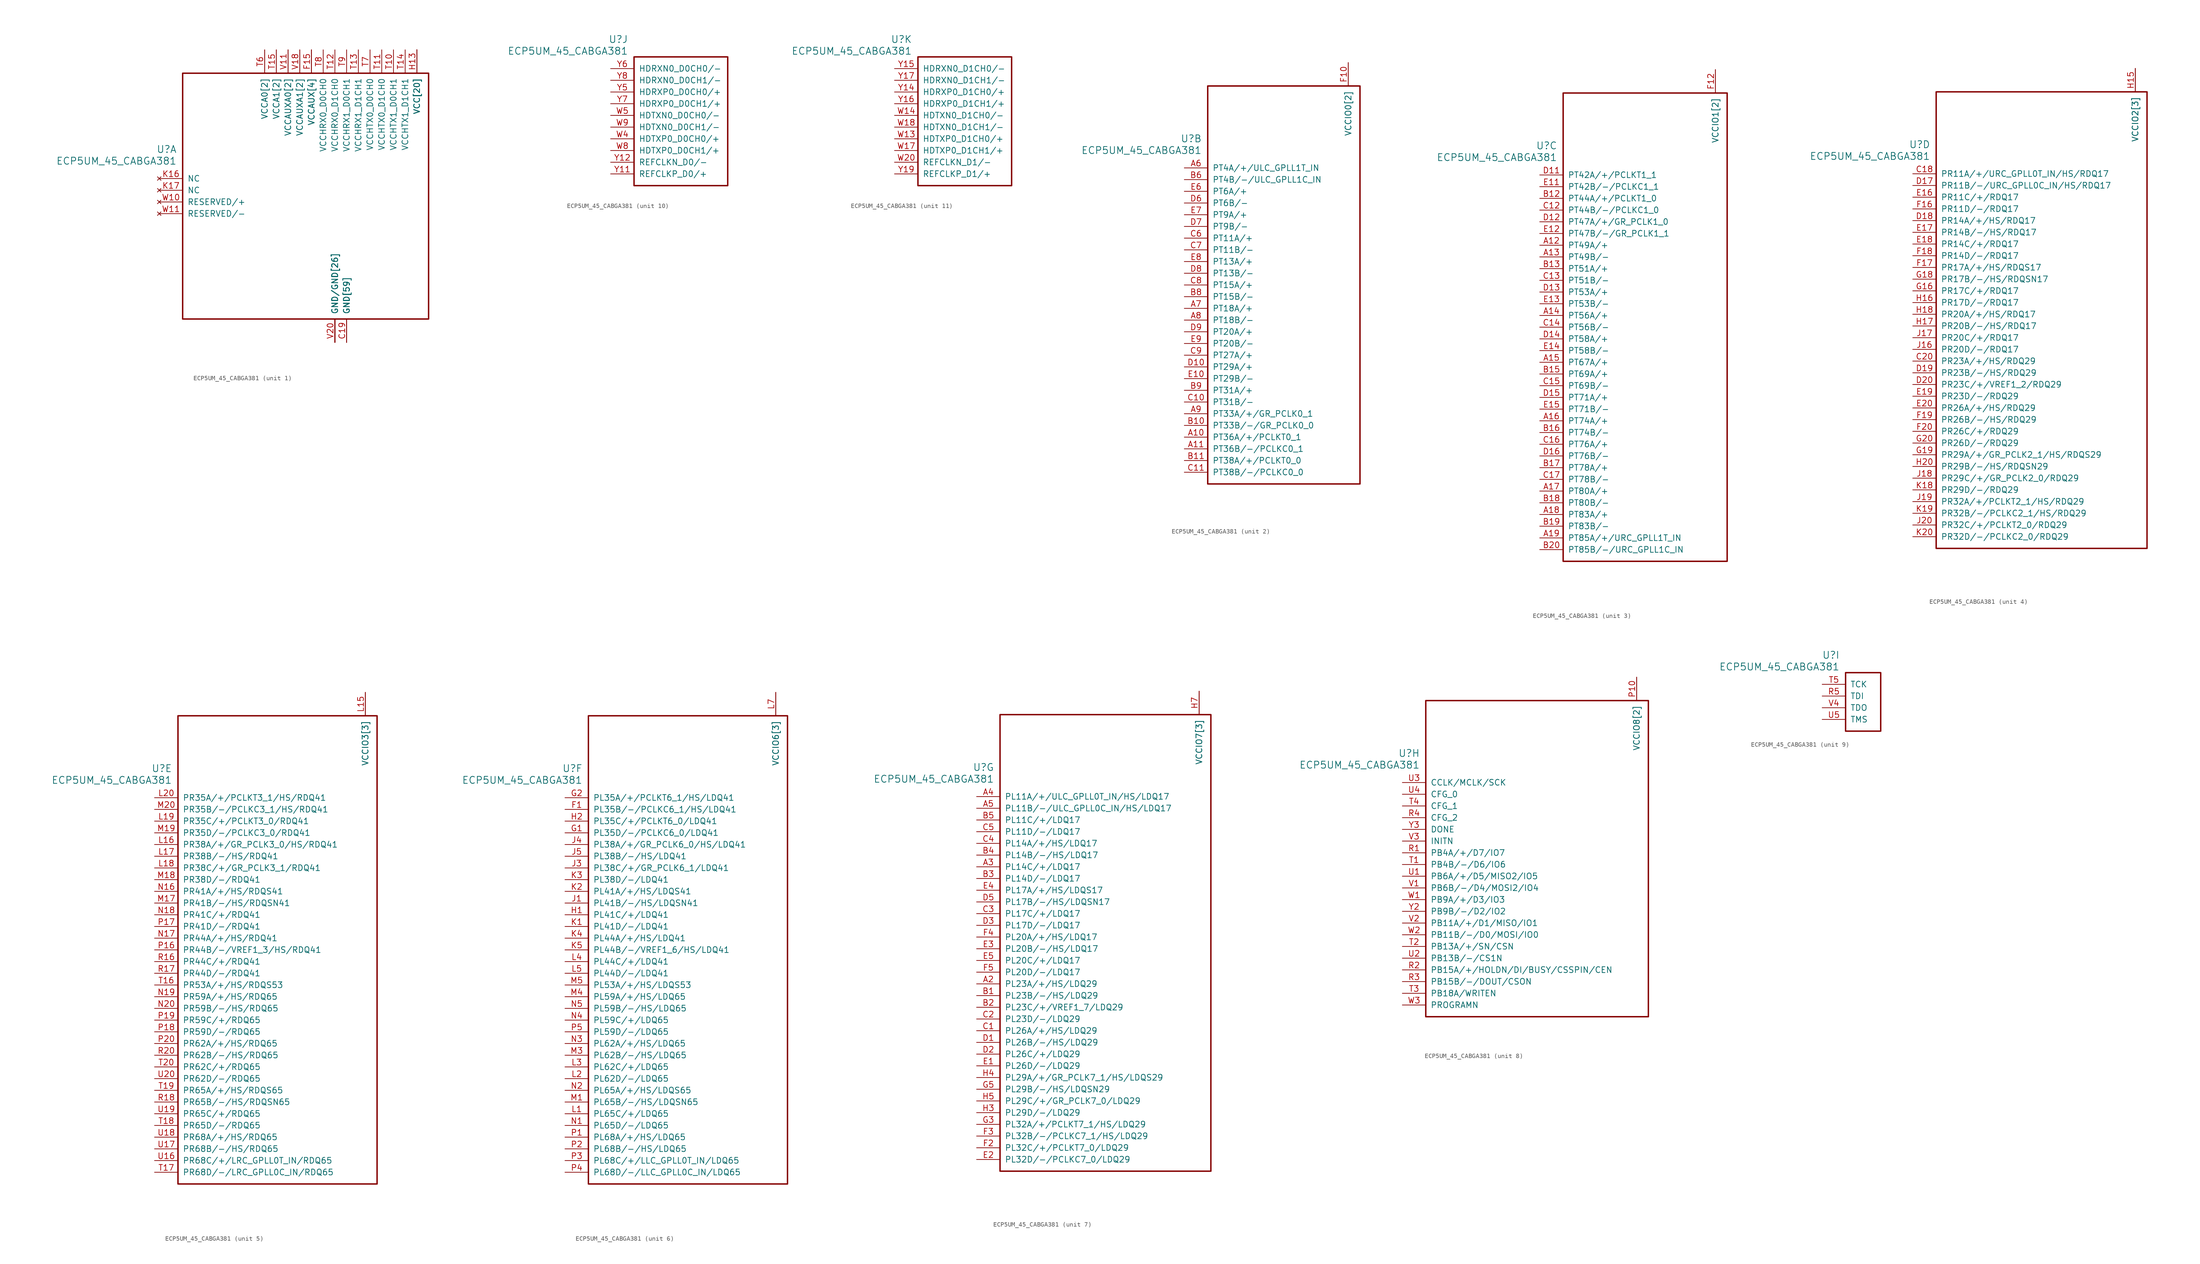
<source format=kicad_sym>
(kicad_symbol_lib
  (version 20231120)
  (generator "kicad_symbol_editor")
  (generator_version "8.0")
  (symbol "ECP5UM_45_CABGA381"
    (pin_names
      (offset 1.016))
    (property "Reference" "U"
      (at 3.81 6.35 0)
      (effects (font (size 1.524 1.524)) (justify right)))
    (property "Value" "ECP5UM_45_CABGA381"
      (at 3.81 3.81 0)
      (effects (font (size 1.524 1.524)) (justify right)))
    (property "ki_locked" ""
      (at 0 0 0)
      (effects (font (size 1.27 1.27))))
    (symbol "ECP5UM_45_CABGA381_1_1"
      (rectangle (start 5.08 22.86) (end 58.42 -30.48) (stroke (width 0.305) (type default)) (fill (type none)))
      (pin power_in line (at 40.64 -35.56 90) (length 5.08) (name "GND[59]" (effects (font (size 1.27 1.27)))) (number "B14" (effects (font (size 0 0)))))
      (pin power_in line (at 40.64 -35.56 90) (length 5.08) (name "GND[59]" (effects (font (size 1.27 1.27)))) (number "B7" (effects (font (size 0 0)))))
      (pin power_in line (at 40.64 -35.56 90) (length 5.08) (name "GND[59]" (effects (font (size 1.27 1.27)))) (number "C19" (effects (font (size 1.27 1.27)))))
      (pin power_in line (at 40.64 -35.56 90) (length 5.08) (name "GND[59]" (effects (font (size 1.27 1.27)))) (number "D4" (effects (font (size 0 0)))))
      (pin power_in line (at 40.64 -35.56 90) (length 5.08) (name "GND[59]" (effects (font (size 1.27 1.27)))) (number "F13" (effects (font (size 0 0)))))
      (pin power_in line (at 40.64 -35.56 90) (length 5.08) (name "GND[59]" (effects (font (size 1.27 1.27)))) (number "F14" (effects (font (size 0 0)))))
      (pin power_in line (at 33.02 27.94 270) (length 5.08) (name "VCCAUX[4]" (effects (font (size 1.27 1.27)))) (number "F15" (effects (font (size 1.27 1.27)))))
      (pin power_in line (at 33.02 27.94 270) (length 5.08) (name "VCCAUX[4]" (effects (font (size 1.27 1.27)))) (number "F6" (effects (font (size 0 0)))))
      (pin power_in line (at 40.64 -35.56 90) (length 5.08) (name "GND[59]" (effects (font (size 1.27 1.27)))) (number "F7" (effects (font (size 0 0)))))
      (pin power_in line (at 40.64 -35.56 90) (length 5.08) (name "GND[59]" (effects (font (size 1.27 1.27)))) (number "F8" (effects (font (size 0 0)))))
      (pin power_in line (at 40.64 -35.56 90) (length 5.08) (name "GND[59]" (effects (font (size 1.27 1.27)))) (number "G10" (effects (font (size 0 0)))))
      (pin power_in line (at 40.64 -35.56 90) (length 5.08) (name "GND[59]" (effects (font (size 1.27 1.27)))) (number "G11" (effects (font (size 0 0)))))
      (pin power_in line (at 40.64 -35.56 90) (length 5.08) (name "GND[59]" (effects (font (size 1.27 1.27)))) (number "G12" (effects (font (size 0 0)))))
      (pin power_in line (at 40.64 -35.56 90) (length 5.08) (name "GND[59]" (effects (font (size 1.27 1.27)))) (number "G13" (effects (font (size 0 0)))))
      (pin power_in line (at 40.64 -35.56 90) (length 5.08) (name "GND[59]" (effects (font (size 1.27 1.27)))) (number "G14" (effects (font (size 0 0)))))
      (pin power_in line (at 40.64 -35.56 90) (length 5.08) (name "GND[59]" (effects (font (size 1.27 1.27)))) (number "G15" (effects (font (size 0 0)))))
      (pin power_in line (at 40.64 -35.56 90) (length 5.08) (name "GND[59]" (effects (font (size 1.27 1.27)))) (number "G17" (effects (font (size 0 0)))))
      (pin power_in line (at 40.64 -35.56 90) (length 5.08) (name "GND[59]" (effects (font (size 1.27 1.27)))) (number "G4" (effects (font (size 0 0)))))
      (pin power_in line (at 40.64 -35.56 90) (length 5.08) (name "GND[59]" (effects (font (size 1.27 1.27)))) (number "G6" (effects (font (size 0 0)))))
      (pin power_in line (at 40.64 -35.56 90) (length 5.08) (name "GND[59]" (effects (font (size 1.27 1.27)))) (number "G7" (effects (font (size 0 0)))))
      (pin power_in line (at 40.64 -35.56 90) (length 5.08) (name "GND[59]" (effects (font (size 1.27 1.27)))) (number "G8" (effects (font (size 0 0)))))
      (pin power_in line (at 40.64 -35.56 90) (length 5.08) (name "GND[59]" (effects (font (size 1.27 1.27)))) (number "G9" (effects (font (size 0 0)))))
      (pin power_in line (at 55.88 27.94 270) (length 5.08) (name "VCC[20]" (effects (font (size 1.27 1.27)))) (number "H10" (effects (font (size 0 0)))))
      (pin power_in line (at 55.88 27.94 270) (length 5.08) (name "VCC[20]" (effects (font (size 1.27 1.27)))) (number "H11" (effects (font (size 0 0)))))
      (pin power_in line (at 55.88 27.94 270) (length 5.08) (name "VCC[20]" (effects (font (size 1.27 1.27)))) (number "H12" (effects (font (size 0 0)))))
      (pin power_in line (at 55.88 27.94 270) (length 5.08) (name "VCC[20]" (effects (font (size 1.27 1.27)))) (number "H13" (effects (font (size 1.27 1.27)))))
      (pin power_in line (at 40.64 -35.56 90) (length 5.08) (name "GND[59]" (effects (font (size 1.27 1.27)))) (number "H19" (effects (font (size 0 0)))))
      (pin power_in line (at 55.88 27.94 270) (length 5.08) (name "VCC[20]" (effects (font (size 1.27 1.27)))) (number "H8" (effects (font (size 0 0)))))
      (pin power_in line (at 55.88 27.94 270) (length 5.08) (name "VCC[20]" (effects (font (size 1.27 1.27)))) (number "H9" (effects (font (size 0 0)))))
      (pin power_in line (at 40.64 -35.56 90) (length 5.08) (name "GND[59]" (effects (font (size 1.27 1.27)))) (number "J10" (effects (font (size 0 0)))))
      (pin power_in line (at 40.64 -35.56 90) (length 5.08) (name "GND[59]" (effects (font (size 1.27 1.27)))) (number "J11" (effects (font (size 0 0)))))
      (pin power_in line (at 40.64 -35.56 90) (length 5.08) (name "GND[59]" (effects (font (size 1.27 1.27)))) (number "J12" (effects (font (size 0 0)))))
      (pin power_in line (at 55.88 27.94 270) (length 5.08) (name "VCC[20]" (effects (font (size 1.27 1.27)))) (number "J13" (effects (font (size 0 0)))))
      (pin power_in line (at 40.64 -35.56 90) (length 5.08) (name "GND[59]" (effects (font (size 1.27 1.27)))) (number "J14" (effects (font (size 0 0)))))
      (pin power_in line (at 40.64 -35.56 90) (length 5.08) (name "GND[59]" (effects (font (size 1.27 1.27)))) (number "J2" (effects (font (size 0 0)))))
      (pin power_in line (at 40.64 -35.56 90) (length 5.08) (name "GND[59]" (effects (font (size 1.27 1.27)))) (number "J7" (effects (font (size 0 0)))))
      (pin power_in line (at 55.88 27.94 270) (length 5.08) (name "VCC[20]" (effects (font (size 1.27 1.27)))) (number "J8" (effects (font (size 0 0)))))
      (pin power_in line (at 40.64 -35.56 90) (length 5.08) (name "GND[59]" (effects (font (size 1.27 1.27)))) (number "J9" (effects (font (size 0 0)))))
      (pin power_in line (at 40.64 -35.56 90) (length 5.08) (name "GND[59]" (effects (font (size 1.27 1.27)))) (number "K10" (effects (font (size 0 0)))))
      (pin power_in line (at 40.64 -35.56 90) (length 5.08) (name "GND[59]" (effects (font (size 1.27 1.27)))) (number "K11" (effects (font (size 0 0)))))
      (pin power_in line (at 40.64 -35.56 90) (length 5.08) (name "GND[59]" (effects (font (size 1.27 1.27)))) (number "K12" (effects (font (size 0 0)))))
      (pin power_in line (at 55.88 27.94 270) (length 5.08) (name "VCC[20]" (effects (font (size 1.27 1.27)))) (number "K13" (effects (font (size 0 0)))))
      (pin power_in line (at 40.64 -35.56 90) (length 5.08) (name "GND[59]" (effects (font (size 1.27 1.27)))) (number "K14" (effects (font (size 0 0)))))
      (pin power_in line (at 40.64 -35.56 90) (length 5.08) (name "GND[59]" (effects (font (size 1.27 1.27)))) (number "K15" (effects (font (size 0 0)))))
      (pin no_connect line (at 0 0 0) (length 5.08) (name "NC" (effects (font (size 1.27 1.27)))) (number "K16" (effects (font (size 1.27 1.27)))))
      (pin no_connect line (at 0 -2.54 0) (length 5.08) (name "NC" (effects (font (size 1.27 1.27)))) (number "K17" (effects (font (size 1.27 1.27)))))
      (pin power_in line (at 40.64 -35.56 90) (length 5.08) (name "GND[59]" (effects (font (size 1.27 1.27)))) (number "K6" (effects (font (size 0 0)))))
      (pin power_in line (at 40.64 -35.56 90) (length 5.08) (name "GND[59]" (effects (font (size 1.27 1.27)))) (number "K7" (effects (font (size 0 0)))))
      (pin power_in line (at 55.88 27.94 270) (length 5.08) (name "VCC[20]" (effects (font (size 1.27 1.27)))) (number "K8" (effects (font (size 0 0)))))
      (pin power_in line (at 40.64 -35.56 90) (length 5.08) (name "GND[59]" (effects (font (size 1.27 1.27)))) (number "K9" (effects (font (size 0 0)))))
      (pin power_in line (at 40.64 -35.56 90) (length 5.08) (name "GND[59]" (effects (font (size 1.27 1.27)))) (number "L10" (effects (font (size 0 0)))))
      (pin power_in line (at 40.64 -35.56 90) (length 5.08) (name "GND[59]" (effects (font (size 1.27 1.27)))) (number "L11" (effects (font (size 0 0)))))
      (pin power_in line (at 40.64 -35.56 90) (length 5.08) (name "GND[59]" (effects (font (size 1.27 1.27)))) (number "L12" (effects (font (size 0 0)))))
      (pin power_in line (at 55.88 27.94 270) (length 5.08) (name "VCC[20]" (effects (font (size 1.27 1.27)))) (number "L13" (effects (font (size 0 0)))))
      (pin power_in line (at 55.88 27.94 270) (length 5.08) (name "VCC[20]" (effects (font (size 1.27 1.27)))) (number "L8" (effects (font (size 0 0)))))
      (pin power_in line (at 40.64 -35.56 90) (length 5.08) (name "GND[59]" (effects (font (size 1.27 1.27)))) (number "L9" (effects (font (size 0 0)))))
      (pin power_in line (at 40.64 -35.56 90) (length 5.08) (name "GND[59]" (effects (font (size 1.27 1.27)))) (number "M10" (effects (font (size 0 0)))))
      (pin power_in line (at 40.64 -35.56 90) (length 5.08) (name "GND[59]" (effects (font (size 1.27 1.27)))) (number "M11" (effects (font (size 0 0)))))
      (pin power_in line (at 40.64 -35.56 90) (length 5.08) (name "GND[59]" (effects (font (size 1.27 1.27)))) (number "M12" (effects (font (size 0 0)))))
      (pin power_in line (at 55.88 27.94 270) (length 5.08) (name "VCC[20]" (effects (font (size 1.27 1.27)))) (number "M13" (effects (font (size 0 0)))))
      (pin power_in line (at 40.64 -35.56 90) (length 5.08) (name "GND[59]" (effects (font (size 1.27 1.27)))) (number "M14" (effects (font (size 0 0)))))
      (pin power_in line (at 40.64 -35.56 90) (length 5.08) (name "GND[59]" (effects (font (size 1.27 1.27)))) (number "M16" (effects (font (size 0 0)))))
      (pin power_in line (at 40.64 -35.56 90) (length 5.08) (name "GND[59]" (effects (font (size 1.27 1.27)))) (number "M2" (effects (font (size 0 0)))))
      (pin power_in line (at 40.64 -35.56 90) (length 5.08) (name "GND[59]" (effects (font (size 1.27 1.27)))) (number "M7" (effects (font (size 0 0)))))
      (pin power_in line (at 55.88 27.94 270) (length 5.08) (name "VCC[20]" (effects (font (size 1.27 1.27)))) (number "M8" (effects (font (size 0 0)))))
      (pin power_in line (at 40.64 -35.56 90) (length 5.08) (name "GND[59]" (effects (font (size 1.27 1.27)))) (number "M9" (effects (font (size 0 0)))))
      (pin power_in line (at 55.88 27.94 270) (length 5.08) (name "VCC[20]" (effects (font (size 1.27 1.27)))) (number "N10" (effects (font (size 0 0)))))
      (pin power_in line (at 55.88 27.94 270) (length 5.08) (name "VCC[20]" (effects (font (size 1.27 1.27)))) (number "N11" (effects (font (size 0 0)))))
      (pin power_in line (at 55.88 27.94 270) (length 5.08) (name "VCC[20]" (effects (font (size 1.27 1.27)))) (number "N12" (effects (font (size 0 0)))))
      (pin power_in line (at 55.88 27.94 270) (length 5.08) (name "VCC[20]" (effects (font (size 1.27 1.27)))) (number "N13" (effects (font (size 0 0)))))
      (pin power_in line (at 40.64 -35.56 90) (length 5.08) (name "GND[59]" (effects (font (size 1.27 1.27)))) (number "N14" (effects (font (size 0 0)))))
      (pin power_in line (at 40.64 -35.56 90) (length 5.08) (name "GND[59]" (effects (font (size 1.27 1.27)))) (number "N15" (effects (font (size 0 0)))))
      (pin power_in line (at 40.64 -35.56 90) (length 5.08) (name "GND[59]" (effects (font (size 1.27 1.27)))) (number "N6" (effects (font (size 0 0)))))
      (pin power_in line (at 40.64 -35.56 90) (length 5.08) (name "GND[59]" (effects (font (size 1.27 1.27)))) (number "N7" (effects (font (size 0 0)))))
      (pin power_in line (at 55.88 27.94 270) (length 5.08) (name "VCC[20]" (effects (font (size 1.27 1.27)))) (number "N8" (effects (font (size 0 0)))))
      (pin power_in line (at 55.88 27.94 270) (length 5.08) (name "VCC[20]" (effects (font (size 1.27 1.27)))) (number "N9" (effects (font (size 0 0)))))
      (pin power_in line (at 40.64 -35.56 90) (length 5.08) (name "GND[59]" (effects (font (size 1.27 1.27)))) (number "P11" (effects (font (size 0 0)))))
      (pin power_in line (at 40.64 -35.56 90) (length 5.08) (name "GND[59]" (effects (font (size 1.27 1.27)))) (number "P12" (effects (font (size 0 0)))))
      (pin power_in line (at 40.64 -35.56 90) (length 5.08) (name "GND[59]" (effects (font (size 1.27 1.27)))) (number "P13" (effects (font (size 0 0)))))
      (pin power_in line (at 40.64 -35.56 90) (length 5.08) (name "GND[59]" (effects (font (size 1.27 1.27)))) (number "P14" (effects (font (size 0 0)))))
      (pin power_in line (at 33.02 27.94 270) (length 5.08) (name "VCCAUX[4]" (effects (font (size 1.27 1.27)))) (number "P15" (effects (font (size 0 0)))))
      (pin power_in line (at 33.02 27.94 270) (length 5.08) (name "VCCAUX[4]" (effects (font (size 1.27 1.27)))) (number "P6" (effects (font (size 0 0)))))
      (pin power_in line (at 40.64 -35.56 90) (length 5.08) (name "GND[59]" (effects (font (size 1.27 1.27)))) (number "P7" (effects (font (size 0 0)))))
      (pin power_in line (at 40.64 -35.56 90) (length 5.08) (name "GND[59]" (effects (font (size 1.27 1.27)))) (number "P8" (effects (font (size 0 0)))))
      (pin power_in line (at 40.64 -35.56 90) (length 5.08) (name "GND[59]" (effects (font (size 1.27 1.27)))) (number "R19" (effects (font (size 0 0)))))
      (pin power_in line (at 50.8 27.94 270) (length 5.08) (name "VCCHTX1_D0CH1" (effects (font (size 1.27 1.27)))) (number "T10" (effects (font (size 1.27 1.27)))))
      (pin power_in line (at 48.26 27.94 270) (length 5.08) (name "VCCHTX0_D1CH0" (effects (font (size 1.27 1.27)))) (number "T11" (effects (font (size 1.27 1.27)))))
      (pin power_in line (at 38.1 27.94 270) (length 5.08) (name "VCCHRX0_D1CH0" (effects (font (size 1.27 1.27)))) (number "T12" (effects (font (size 1.27 1.27)))))
      (pin power_in line (at 43.18 27.94 270) (length 5.08) (name "VCCHRX1_D1CH1" (effects (font (size 1.27 1.27)))) (number "T13" (effects (font (size 1.27 1.27)))))
      (pin power_in line (at 53.34 27.94 270) (length 5.08) (name "VCCHTX1_D1CH1" (effects (font (size 1.27 1.27)))) (number "T14" (effects (font (size 1.27 1.27)))))
      (pin power_in line (at 25.4 27.94 270) (length 5.08) (name "VCCA1[2]" (effects (font (size 1.27 1.27)))) (number "T15" (effects (font (size 1.27 1.27)))))
      (pin power_in line (at 22.86 27.94 270) (length 5.08) (name "VCCA0[2]" (effects (font (size 1.27 1.27)))) (number "T6" (effects (font (size 1.27 1.27)))))
      (pin power_in line (at 45.72 27.94 270) (length 5.08) (name "VCCHTX0_D0CH0" (effects (font (size 1.27 1.27)))) (number "T7" (effects (font (size 1.27 1.27)))))
      (pin power_in line (at 35.56 27.94 270) (length 5.08) (name "VCCHRX0_D0CH0" (effects (font (size 1.27 1.27)))) (number "T8" (effects (font (size 1.27 1.27)))))
      (pin power_in line (at 40.64 27.94 270) (length 5.08) (name "VCCHRX1_D0CH1" (effects (font (size 1.27 1.27)))) (number "T9" (effects (font (size 1.27 1.27)))))
      (pin power_in line (at 38.1 -35.56 90) (length 5.08) (name "GND/GND[26]" (effects (font (size 1.27 1.27)))) (number "U10" (effects (font (size 0 0)))))
      (pin power_in line (at 38.1 -35.56 90) (length 5.08) (name "GND/GND[26]" (effects (font (size 1.27 1.27)))) (number "U11" (effects (font (size 0 0)))))
      (pin power_in line (at 38.1 -35.56 90) (length 5.08) (name "GND/GND[26]" (effects (font (size 1.27 1.27)))) (number "U12" (effects (font (size 0 0)))))
      (pin power_in line (at 38.1 -35.56 90) (length 5.08) (name "GND/GND[26]" (effects (font (size 1.27 1.27)))) (number "U13" (effects (font (size 0 0)))))
      (pin power_in line (at 38.1 -35.56 90) (length 5.08) (name "GND/GND[26]" (effects (font (size 1.27 1.27)))) (number "U14" (effects (font (size 0 0)))))
      (pin power_in line (at 25.4 27.94 270) (length 5.08) (name "VCCA1[2]" (effects (font (size 1.27 1.27)))) (number "U15" (effects (font (size 0 0)))))
      (pin power_in line (at 22.86 27.94 270) (length 5.08) (name "VCCA0[2]" (effects (font (size 1.27 1.27)))) (number "U6" (effects (font (size 0 0)))))
      (pin power_in line (at 38.1 -35.56 90) (length 5.08) (name "GND/GND[26]" (effects (font (size 1.27 1.27)))) (number "U7" (effects (font (size 0 0)))))
      (pin power_in line (at 38.1 -35.56 90) (length 5.08) (name "GND/GND[26]" (effects (font (size 1.27 1.27)))) (number "U8" (effects (font (size 0 0)))))
      (pin power_in line (at 38.1 -35.56 90) (length 5.08) (name "GND/GND[26]" (effects (font (size 1.27 1.27)))) (number "U9" (effects (font (size 0 0)))))
      (pin power_in line (at 27.94 27.94 270) (length 5.08) (name "VCCAUXA0[2]" (effects (font (size 1.27 1.27)))) (number "V10" (effects (font (size 0 0)))))
      (pin power_in line (at 27.94 27.94 270) (length 5.08) (name "VCCAUXA0[2]" (effects (font (size 1.27 1.27)))) (number "V11" (effects (font (size 1.27 1.27)))))
      (pin power_in line (at 38.1 -35.56 90) (length 5.08) (name "GND/GND[26]" (effects (font (size 1.27 1.27)))) (number "V12" (effects (font (size 0 0)))))
      (pin power_in line (at 38.1 -35.56 90) (length 5.08) (name "GND/GND[26]" (effects (font (size 1.27 1.27)))) (number "V13" (effects (font (size 0 0)))))
      (pin power_in line (at 38.1 -35.56 90) (length 5.08) (name "GND/GND[26]" (effects (font (size 1.27 1.27)))) (number "V14" (effects (font (size 0 0)))))
      (pin power_in line (at 38.1 -35.56 90) (length 5.08) (name "GND/GND[26]" (effects (font (size 1.27 1.27)))) (number "V15" (effects (font (size 0 0)))))
      (pin power_in line (at 38.1 -35.56 90) (length 5.08) (name "GND/GND[26]" (effects (font (size 1.27 1.27)))) (number "V16" (effects (font (size 0 0)))))
      (pin power_in line (at 30.48 27.94 270) (length 5.08) (name "VCCAUXA1[2]" (effects (font (size 1.27 1.27)))) (number "V17" (effects (font (size 0 0)))))
      (pin power_in line (at 30.48 27.94 270) (length 5.08) (name "VCCAUXA1[2]" (effects (font (size 1.27 1.27)))) (number "V18" (effects (font (size 1.27 1.27)))))
      (pin power_in line (at 38.1 -35.56 90) (length 5.08) (name "GND/GND[26]" (effects (font (size 1.27 1.27)))) (number "V19" (effects (font (size 0 0)))))
      (pin power_in line (at 38.1 -35.56 90) (length 5.08) (name "GND/GND[26]" (effects (font (size 1.27 1.27)))) (number "V20" (effects (font (size 1.27 1.27)))))
      (pin power_in line (at 38.1 -35.56 90) (length 5.08) (name "GND/GND[26]" (effects (font (size 1.27 1.27)))) (number "V5" (effects (font (size 0 0)))))
      (pin power_in line (at 38.1 -35.56 90) (length 5.08) (name "GND/GND[26]" (effects (font (size 1.27 1.27)))) (number "V6" (effects (font (size 0 0)))))
      (pin power_in line (at 38.1 -35.56 90) (length 5.08) (name "GND/GND[26]" (effects (font (size 1.27 1.27)))) (number "V7" (effects (font (size 0 0)))))
      (pin power_in line (at 38.1 -35.56 90) (length 5.08) (name "GND/GND[26]" (effects (font (size 1.27 1.27)))) (number "V8" (effects (font (size 0 0)))))
      (pin power_in line (at 38.1 -35.56 90) (length 5.08) (name "GND/GND[26]" (effects (font (size 1.27 1.27)))) (number "V9" (effects (font (size 0 0)))))
      (pin no_connect line (at 0 -5.08 0) (length 5.08) (name "RESERVED/+" (effects (font (size 1.27 1.27)))) (number "W10" (effects (font (size 1.27 1.27)))))
      (pin no_connect line (at 0 -7.62 0) (length 5.08) (name "RESERVED/-" (effects (font (size 1.27 1.27)))) (number "W11" (effects (font (size 1.27 1.27)))))
      (pin power_in line (at 38.1 -35.56 90) (length 5.08) (name "GND/GND[26]" (effects (font (size 1.27 1.27)))) (number "W12" (effects (font (size 0 0)))))
      (pin power_in line (at 38.1 -35.56 90) (length 5.08) (name "GND/GND[26]" (effects (font (size 1.27 1.27)))) (number "W15" (effects (font (size 0 0)))))
      (pin power_in line (at 38.1 -35.56 90) (length 5.08) (name "GND/GND[26]" (effects (font (size 1.27 1.27)))) (number "W16" (effects (font (size 0 0)))))
      (pin power_in line (at 38.1 -35.56 90) (length 5.08) (name "GND/GND[26]" (effects (font (size 1.27 1.27)))) (number "W19" (effects (font (size 0 0)))))
      (pin power_in line (at 38.1 -35.56 90) (length 5.08) (name "GND/GND[26]" (effects (font (size 1.27 1.27)))) (number "W6" (effects (font (size 0 0)))))
      (pin power_in line (at 38.1 -35.56 90) (length 5.08) (name "GND/GND[26]" (effects (font (size 1.27 1.27)))) (number "W7" (effects (font (size 0 0))))))
    (symbol "ECP5UM_45_CABGA381_2_1"
      (rectangle (start 5.08 17.78) (end 38.1 -68.58) (stroke (width 0.305) (type default)) (fill (type none)))
      (pin bidirectional line (at 0 -58.42 0) (length 5.08) (name "PT36A/+/PCLKT0_1" (effects (font (size 1.27 1.27)))) (number "A10" (effects (font (size 1.27 1.27)))))
      (pin bidirectional line (at 0 -60.96 0) (length 5.08) (name "PT36B/-/PCLKC0_1" (effects (font (size 1.27 1.27)))) (number "A11" (effects (font (size 1.27 1.27)))))
      (pin bidirectional line (at 0 0 0) (length 5.08) (name "PT4A/+/ULC_GPLL1T_IN" (effects (font (size 1.27 1.27)))) (number "A6" (effects (font (size 1.27 1.27)))))
      (pin bidirectional line (at 0 -30.48 0) (length 5.08) (name "PT18A/+" (effects (font (size 1.27 1.27)))) (number "A7" (effects (font (size 1.27 1.27)))))
      (pin bidirectional line (at 0 -33.02 0) (length 5.08) (name "PT18B/-" (effects (font (size 1.27 1.27)))) (number "A8" (effects (font (size 1.27 1.27)))))
      (pin bidirectional line (at 0 -53.34 0) (length 5.08) (name "PT33A/+/GR_PCLK0_1" (effects (font (size 1.27 1.27)))) (number "A9" (effects (font (size 1.27 1.27)))))
      (pin bidirectional line (at 0 -55.88 0) (length 5.08) (name "PT33B/-/GR_PCLK0_0" (effects (font (size 1.27 1.27)))) (number "B10" (effects (font (size 1.27 1.27)))))
      (pin bidirectional line (at 0 -63.5 0) (length 5.08) (name "PT38A/+/PCLKT0_0" (effects (font (size 1.27 1.27)))) (number "B11" (effects (font (size 1.27 1.27)))))
      (pin bidirectional line (at 0 -2.54 0) (length 5.08) (name "PT4B/-/ULC_GPLL1C_IN" (effects (font (size 1.27 1.27)))) (number "B6" (effects (font (size 1.27 1.27)))))
      (pin bidirectional line (at 0 -27.94 0) (length 5.08) (name "PT15B/-" (effects (font (size 1.27 1.27)))) (number "B8" (effects (font (size 1.27 1.27)))))
      (pin bidirectional line (at 0 -48.26 0) (length 5.08) (name "PT31A/+" (effects (font (size 1.27 1.27)))) (number "B9" (effects (font (size 1.27 1.27)))))
      (pin bidirectional line (at 0 -50.8 0) (length 5.08) (name "PT31B/-" (effects (font (size 1.27 1.27)))) (number "C10" (effects (font (size 1.27 1.27)))))
      (pin bidirectional line (at 0 -66.04 0) (length 5.08) (name "PT38B/-/PCLKC0_0" (effects (font (size 1.27 1.27)))) (number "C11" (effects (font (size 1.27 1.27)))))
      (pin bidirectional line (at 0 -15.24 0) (length 5.08) (name "PT11A/+" (effects (font (size 1.27 1.27)))) (number "C6" (effects (font (size 1.27 1.27)))))
      (pin bidirectional line (at 0 -17.78 0) (length 5.08) (name "PT11B/-" (effects (font (size 1.27 1.27)))) (number "C7" (effects (font (size 1.27 1.27)))))
      (pin bidirectional line (at 0 -25.4 0) (length 5.08) (name "PT15A/+" (effects (font (size 1.27 1.27)))) (number "C8" (effects (font (size 1.27 1.27)))))
      (pin bidirectional line (at 0 -40.64 0) (length 5.08) (name "PT27A/+" (effects (font (size 1.27 1.27)))) (number "C9" (effects (font (size 1.27 1.27)))))
      (pin bidirectional line (at 0 -43.18 0) (length 5.08) (name "PT29A/+" (effects (font (size 1.27 1.27)))) (number "D10" (effects (font (size 1.27 1.27)))))
      (pin bidirectional line (at 0 -7.62 0) (length 5.08) (name "PT6B/-" (effects (font (size 1.27 1.27)))) (number "D6" (effects (font (size 1.27 1.27)))))
      (pin bidirectional line (at 0 -12.7 0) (length 5.08) (name "PT9B/-" (effects (font (size 1.27 1.27)))) (number "D7" (effects (font (size 1.27 1.27)))))
      (pin bidirectional line (at 0 -22.86 0) (length 5.08) (name "PT13B/-" (effects (font (size 1.27 1.27)))) (number "D8" (effects (font (size 1.27 1.27)))))
      (pin bidirectional line (at 0 -35.56 0) (length 5.08) (name "PT20A/+" (effects (font (size 1.27 1.27)))) (number "D9" (effects (font (size 1.27 1.27)))))
      (pin bidirectional line (at 0 -45.72 0) (length 5.08) (name "PT29B/-" (effects (font (size 1.27 1.27)))) (number "E10" (effects (font (size 1.27 1.27)))))
      (pin bidirectional line (at 0 -5.08 0) (length 5.08) (name "PT6A/+" (effects (font (size 1.27 1.27)))) (number "E6" (effects (font (size 1.27 1.27)))))
      (pin bidirectional line (at 0 -10.16 0) (length 5.08) (name "PT9A/+" (effects (font (size 1.27 1.27)))) (number "E7" (effects (font (size 1.27 1.27)))))
      (pin bidirectional line (at 0 -20.32 0) (length 5.08) (name "PT13A/+" (effects (font (size 1.27 1.27)))) (number "E8" (effects (font (size 1.27 1.27)))))
      (pin bidirectional line (at 0 -38.1 0) (length 5.08) (name "PT20B/-" (effects (font (size 1.27 1.27)))) (number "E9" (effects (font (size 1.27 1.27)))))
      (pin power_in line (at 35.56 22.86 270) (length 5.08) (name "VCCIO0[2]" (effects (font (size 1.27 1.27)))) (number "F10" (effects (font (size 1.27 1.27)))))
      (pin power_in line (at 35.56 22.86 270) (length 5.08) (name "VCCIO0[2]" (effects (font (size 1.27 1.27)))) (number "F9" (effects (font (size 0 0))))))
    (symbol "ECP5UM_45_CABGA381_3_1"
      (rectangle (start 5.08 17.78) (end 40.64 -83.82) (stroke (width 0.305) (type default)) (fill (type none)))
      (pin bidirectional line (at 0 -15.24 0) (length 5.08) (name "PT49A/+" (effects (font (size 1.27 1.27)))) (number "A12" (effects (font (size 1.27 1.27)))))
      (pin bidirectional line (at 0 -17.78 0) (length 5.08) (name "PT49B/-" (effects (font (size 1.27 1.27)))) (number "A13" (effects (font (size 1.27 1.27)))))
      (pin bidirectional line (at 0 -30.48 0) (length 5.08) (name "PT56A/+" (effects (font (size 1.27 1.27)))) (number "A14" (effects (font (size 1.27 1.27)))))
      (pin bidirectional line (at 0 -40.64 0) (length 5.08) (name "PT67A/+" (effects (font (size 1.27 1.27)))) (number "A15" (effects (font (size 1.27 1.27)))))
      (pin bidirectional line (at 0 -53.34 0) (length 5.08) (name "PT74A/+" (effects (font (size 1.27 1.27)))) (number "A16" (effects (font (size 1.27 1.27)))))
      (pin bidirectional line (at 0 -68.58 0) (length 5.08) (name "PT80A/+" (effects (font (size 1.27 1.27)))) (number "A17" (effects (font (size 1.27 1.27)))))
      (pin bidirectional line (at 0 -73.66 0) (length 5.08) (name "PT83A/+" (effects (font (size 1.27 1.27)))) (number "A18" (effects (font (size 1.27 1.27)))))
      (pin bidirectional line (at 0 -78.74 0) (length 5.08) (name "PT85A/+/URC_GPLL1T_IN" (effects (font (size 1.27 1.27)))) (number "A19" (effects (font (size 1.27 1.27)))))
      (pin bidirectional line (at 0 -5.08 0) (length 5.08) (name "PT44A/+/PCLKT1_0" (effects (font (size 1.27 1.27)))) (number "B12" (effects (font (size 1.27 1.27)))))
      (pin bidirectional line (at 0 -20.32 0) (length 5.08) (name "PT51A/+" (effects (font (size 1.27 1.27)))) (number "B13" (effects (font (size 1.27 1.27)))))
      (pin bidirectional line (at 0 -43.18 0) (length 5.08) (name "PT69A/+" (effects (font (size 1.27 1.27)))) (number "B15" (effects (font (size 1.27 1.27)))))
      (pin bidirectional line (at 0 -55.88 0) (length 5.08) (name "PT74B/-" (effects (font (size 1.27 1.27)))) (number "B16" (effects (font (size 1.27 1.27)))))
      (pin bidirectional line (at 0 -63.5 0) (length 5.08) (name "PT78A/+" (effects (font (size 1.27 1.27)))) (number "B17" (effects (font (size 1.27 1.27)))))
      (pin bidirectional line (at 0 -71.12 0) (length 5.08) (name "PT80B/-" (effects (font (size 1.27 1.27)))) (number "B18" (effects (font (size 1.27 1.27)))))
      (pin bidirectional line (at 0 -76.2 0) (length 5.08) (name "PT83B/-" (effects (font (size 1.27 1.27)))) (number "B19" (effects (font (size 1.27 1.27)))))
      (pin bidirectional line (at 0 -81.28 0) (length 5.08) (name "PT85B/-/URC_GPLL1C_IN" (effects (font (size 1.27 1.27)))) (number "B20" (effects (font (size 1.27 1.27)))))
      (pin bidirectional line (at 0 -7.62 0) (length 5.08) (name "PT44B/-/PCLKC1_0" (effects (font (size 1.27 1.27)))) (number "C12" (effects (font (size 1.27 1.27)))))
      (pin bidirectional line (at 0 -22.86 0) (length 5.08) (name "PT51B/-" (effects (font (size 1.27 1.27)))) (number "C13" (effects (font (size 1.27 1.27)))))
      (pin bidirectional line (at 0 -33.02 0) (length 5.08) (name "PT56B/-" (effects (font (size 1.27 1.27)))) (number "C14" (effects (font (size 1.27 1.27)))))
      (pin bidirectional line (at 0 -45.72 0) (length 5.08) (name "PT69B/-" (effects (font (size 1.27 1.27)))) (number "C15" (effects (font (size 1.27 1.27)))))
      (pin bidirectional line (at 0 -58.42 0) (length 5.08) (name "PT76A/+" (effects (font (size 1.27 1.27)))) (number "C16" (effects (font (size 1.27 1.27)))))
      (pin bidirectional line (at 0 -66.04 0) (length 5.08) (name "PT78B/-" (effects (font (size 1.27 1.27)))) (number "C17" (effects (font (size 1.27 1.27)))))
      (pin bidirectional line (at 0 0 0) (length 5.08) (name "PT42A/+/PCLKT1_1" (effects (font (size 1.27 1.27)))) (number "D11" (effects (font (size 1.27 1.27)))))
      (pin bidirectional line (at 0 -10.16 0) (length 5.08) (name "PT47A/+/GR_PCLK1_0" (effects (font (size 1.27 1.27)))) (number "D12" (effects (font (size 1.27 1.27)))))
      (pin bidirectional line (at 0 -25.4 0) (length 5.08) (name "PT53A/+" (effects (font (size 1.27 1.27)))) (number "D13" (effects (font (size 1.27 1.27)))))
      (pin bidirectional line (at 0 -35.56 0) (length 5.08) (name "PT58A/+" (effects (font (size 1.27 1.27)))) (number "D14" (effects (font (size 1.27 1.27)))))
      (pin bidirectional line (at 0 -48.26 0) (length 5.08) (name "PT71A/+" (effects (font (size 1.27 1.27)))) (number "D15" (effects (font (size 1.27 1.27)))))
      (pin bidirectional line (at 0 -60.96 0) (length 5.08) (name "PT76B/-" (effects (font (size 1.27 1.27)))) (number "D16" (effects (font (size 1.27 1.27)))))
      (pin bidirectional line (at 0 -2.54 0) (length 5.08) (name "PT42B/-/PCLKC1_1" (effects (font (size 1.27 1.27)))) (number "E11" (effects (font (size 1.27 1.27)))))
      (pin bidirectional line (at 0 -12.7 0) (length 5.08) (name "PT47B/-/GR_PCLK1_1" (effects (font (size 1.27 1.27)))) (number "E12" (effects (font (size 1.27 1.27)))))
      (pin bidirectional line (at 0 -27.94 0) (length 5.08) (name "PT53B/-" (effects (font (size 1.27 1.27)))) (number "E13" (effects (font (size 1.27 1.27)))))
      (pin bidirectional line (at 0 -38.1 0) (length 5.08) (name "PT58B/-" (effects (font (size 1.27 1.27)))) (number "E14" (effects (font (size 1.27 1.27)))))
      (pin bidirectional line (at 0 -50.8 0) (length 5.08) (name "PT71B/-" (effects (font (size 1.27 1.27)))) (number "E15" (effects (font (size 1.27 1.27)))))
      (pin power_in line (at 38.1 22.86 270) (length 5.08) (name "VCCIO1[2]" (effects (font (size 1.27 1.27)))) (number "F11" (effects (font (size 0 0)))))
      (pin power_in line (at 38.1 22.86 270) (length 5.08) (name "VCCIO1[2]" (effects (font (size 1.27 1.27)))) (number "F12" (effects (font (size 1.27 1.27))))))
    (symbol "ECP5UM_45_CABGA381_4_1"
      (rectangle (start 5.08 17.78) (end 50.8 -81.28) (stroke (width 0.305) (type default)) (fill (type none)))
      (pin bidirectional line (at 0 0 0) (length 5.08) (name "PR11A/+/URC_GPLL0T_IN/HS/RDQ17" (effects (font (size 1.27 1.27)))) (number "C18" (effects (font (size 1.27 1.27)))))
      (pin bidirectional line (at 0 -40.64 0) (length 5.08) (name "PR23A/+/HS/RDQ29" (effects (font (size 1.27 1.27)))) (number "C20" (effects (font (size 1.27 1.27)))))
      (pin bidirectional line (at 0 -2.54 0) (length 5.08) (name "PR11B/-/URC_GPLL0C_IN/HS/RDQ17" (effects (font (size 1.27 1.27)))) (number "D17" (effects (font (size 1.27 1.27)))))
      (pin bidirectional line (at 0 -10.16 0) (length 5.08) (name "PR14A/+/HS/RDQ17" (effects (font (size 1.27 1.27)))) (number "D18" (effects (font (size 1.27 1.27)))))
      (pin bidirectional line (at 0 -43.18 0) (length 5.08) (name "PR23B/-/HS/RDQ29" (effects (font (size 1.27 1.27)))) (number "D19" (effects (font (size 1.27 1.27)))))
      (pin bidirectional line (at 0 -45.72 0) (length 5.08) (name "PR23C/+/VREF1_2/RDQ29" (effects (font (size 1.27 1.27)))) (number "D20" (effects (font (size 1.27 1.27)))))
      (pin bidirectional line (at 0 -5.08 0) (length 5.08) (name "PR11C/+/RDQ17" (effects (font (size 1.27 1.27)))) (number "E16" (effects (font (size 1.27 1.27)))))
      (pin bidirectional line (at 0 -12.7 0) (length 5.08) (name "PR14B/-/HS/RDQ17" (effects (font (size 1.27 1.27)))) (number "E17" (effects (font (size 1.27 1.27)))))
      (pin bidirectional line (at 0 -15.24 0) (length 5.08) (name "PR14C/+/RDQ17" (effects (font (size 1.27 1.27)))) (number "E18" (effects (font (size 1.27 1.27)))))
      (pin bidirectional line (at 0 -48.26 0) (length 5.08) (name "PR23D/-/RDQ29" (effects (font (size 1.27 1.27)))) (number "E19" (effects (font (size 1.27 1.27)))))
      (pin bidirectional line (at 0 -50.8 0) (length 5.08) (name "PR26A/+/HS/RDQ29" (effects (font (size 1.27 1.27)))) (number "E20" (effects (font (size 1.27 1.27)))))
      (pin bidirectional line (at 0 -7.62 0) (length 5.08) (name "PR11D/-/RDQ17" (effects (font (size 1.27 1.27)))) (number "F16" (effects (font (size 1.27 1.27)))))
      (pin bidirectional line (at 0 -20.32 0) (length 5.08) (name "PR17A/+/HS/RDQS17" (effects (font (size 1.27 1.27)))) (number "F17" (effects (font (size 1.27 1.27)))))
      (pin bidirectional line (at 0 -17.78 0) (length 5.08) (name "PR14D/-/RDQ17" (effects (font (size 1.27 1.27)))) (number "F18" (effects (font (size 1.27 1.27)))))
      (pin bidirectional line (at 0 -53.34 0) (length 5.08) (name "PR26B/-/HS/RDQ29" (effects (font (size 1.27 1.27)))) (number "F19" (effects (font (size 1.27 1.27)))))
      (pin bidirectional line (at 0 -55.88 0) (length 5.08) (name "PR26C/+/RDQ29" (effects (font (size 1.27 1.27)))) (number "F20" (effects (font (size 1.27 1.27)))))
      (pin bidirectional line (at 0 -25.4 0) (length 5.08) (name "PR17C/+/RDQ17" (effects (font (size 1.27 1.27)))) (number "G16" (effects (font (size 1.27 1.27)))))
      (pin bidirectional line (at 0 -22.86 0) (length 5.08) (name "PR17B/-/HS/RDQSN17" (effects (font (size 1.27 1.27)))) (number "G18" (effects (font (size 1.27 1.27)))))
      (pin bidirectional line (at 0 -60.96 0) (length 5.08) (name "PR29A/+/GR_PCLK2_1/HS/RDQS29" (effects (font (size 1.27 1.27)))) (number "G19" (effects (font (size 1.27 1.27)))))
      (pin bidirectional line (at 0 -58.42 0) (length 5.08) (name "PR26D/-/RDQ29" (effects (font (size 1.27 1.27)))) (number "G20" (effects (font (size 1.27 1.27)))))
      (pin power_in line (at 48.26 22.86 270) (length 5.08) (name "VCCIO2[3]" (effects (font (size 1.27 1.27)))) (number "H14" (effects (font (size 0 0)))))
      (pin power_in line (at 48.26 22.86 270) (length 5.08) (name "VCCIO2[3]" (effects (font (size 1.27 1.27)))) (number "H15" (effects (font (size 1.27 1.27)))))
      (pin bidirectional line (at 0 -27.94 0) (length 5.08) (name "PR17D/-/RDQ17" (effects (font (size 1.27 1.27)))) (number "H16" (effects (font (size 1.27 1.27)))))
      (pin bidirectional line (at 0 -33.02 0) (length 5.08) (name "PR20B/-/HS/RDQ17" (effects (font (size 1.27 1.27)))) (number "H17" (effects (font (size 1.27 1.27)))))
      (pin bidirectional line (at 0 -30.48 0) (length 5.08) (name "PR20A/+/HS/RDQ17" (effects (font (size 1.27 1.27)))) (number "H18" (effects (font (size 1.27 1.27)))))
      (pin bidirectional line (at 0 -63.5 0) (length 5.08) (name "PR29B/-/HS/RDQSN29" (effects (font (size 1.27 1.27)))) (number "H20" (effects (font (size 1.27 1.27)))))
      (pin power_in line (at 48.26 22.86 270) (length 5.08) (name "VCCIO2[3]" (effects (font (size 1.27 1.27)))) (number "J15" (effects (font (size 0 0)))))
      (pin bidirectional line (at 0 -38.1 0) (length 5.08) (name "PR20D/-/RDQ17" (effects (font (size 1.27 1.27)))) (number "J16" (effects (font (size 1.27 1.27)))))
      (pin bidirectional line (at 0 -35.56 0) (length 5.08) (name "PR20C/+/RDQ17" (effects (font (size 1.27 1.27)))) (number "J17" (effects (font (size 1.27 1.27)))))
      (pin bidirectional line (at 0 -66.04 0) (length 5.08) (name "PR29C/+/GR_PCLK2_0/RDQ29" (effects (font (size 1.27 1.27)))) (number "J18" (effects (font (size 1.27 1.27)))))
      (pin bidirectional line (at 0 -71.12 0) (length 5.08) (name "PR32A/+/PCLKT2_1/HS/RDQ29" (effects (font (size 1.27 1.27)))) (number "J19" (effects (font (size 1.27 1.27)))))
      (pin bidirectional line (at 0 -76.2 0) (length 5.08) (name "PR32C/+/PCLKT2_0/RDQ29" (effects (font (size 1.27 1.27)))) (number "J20" (effects (font (size 1.27 1.27)))))
      (pin bidirectional line (at 0 -68.58 0) (length 5.08) (name "PR29D/-/RDQ29" (effects (font (size 1.27 1.27)))) (number "K18" (effects (font (size 1.27 1.27)))))
      (pin bidirectional line (at 0 -73.66 0) (length 5.08) (name "PR32B/-/PCLKC2_1/HS/RDQ29" (effects (font (size 1.27 1.27)))) (number "K19" (effects (font (size 1.27 1.27)))))
      (pin bidirectional line (at 0 -78.74 0) (length 5.08) (name "PR32D/-/PCLKC2_0/RDQ29" (effects (font (size 1.27 1.27)))) (number "K20" (effects (font (size 1.27 1.27))))))
    (symbol "ECP5UM_45_CABGA381_5_1"
      (rectangle (start 5.08 17.78) (end 48.26 -83.82) (stroke (width 0.305) (type default)) (fill (type none)))
      (pin power_in line (at 45.72 22.86 270) (length 5.08) (name "VCCIO3[3]" (effects (font (size 1.27 1.27)))) (number "L14" (effects (font (size 0 0)))))
      (pin power_in line (at 45.72 22.86 270) (length 5.08) (name "VCCIO3[3]" (effects (font (size 1.27 1.27)))) (number "L15" (effects (font (size 1.27 1.27)))))
      (pin bidirectional line (at 0 -10.16 0) (length 5.08) (name "PR38A/+/GR_PCLK3_0/HS/RDQ41" (effects (font (size 1.27 1.27)))) (number "L16" (effects (font (size 1.27 1.27)))))
      (pin bidirectional line (at 0 -12.7 0) (length 5.08) (name "PR38B/-/HS/RDQ41" (effects (font (size 1.27 1.27)))) (number "L17" (effects (font (size 1.27 1.27)))))
      (pin bidirectional line (at 0 -15.24 0) (length 5.08) (name "PR38C/+/GR_PCLK3_1/RDQ41" (effects (font (size 1.27 1.27)))) (number "L18" (effects (font (size 1.27 1.27)))))
      (pin bidirectional line (at 0 -5.08 0) (length 5.08) (name "PR35C/+/PCLKT3_0/RDQ41" (effects (font (size 1.27 1.27)))) (number "L19" (effects (font (size 1.27 1.27)))))
      (pin bidirectional line (at 0 0 0) (length 5.08) (name "PR35A/+/PCLKT3_1/HS/RDQ41" (effects (font (size 1.27 1.27)))) (number "L20" (effects (font (size 1.27 1.27)))))
      (pin power_in line (at 45.72 22.86 270) (length 5.08) (name "VCCIO3[3]" (effects (font (size 1.27 1.27)))) (number "M15" (effects (font (size 0 0)))))
      (pin bidirectional line (at 0 -22.86 0) (length 5.08) (name "PR41B/-/HS/RDQSN41" (effects (font (size 1.27 1.27)))) (number "M17" (effects (font (size 1.27 1.27)))))
      (pin bidirectional line (at 0 -17.78 0) (length 5.08) (name "PR38D/-/RDQ41" (effects (font (size 1.27 1.27)))) (number "M18" (effects (font (size 1.27 1.27)))))
      (pin bidirectional line (at 0 -7.62 0) (length 5.08) (name "PR35D/-/PCLKC3_0/RDQ41" (effects (font (size 1.27 1.27)))) (number "M19" (effects (font (size 1.27 1.27)))))
      (pin bidirectional line (at 0 -2.54 0) (length 5.08) (name "PR35B/-/PCLKC3_1/HS/RDQ41" (effects (font (size 1.27 1.27)))) (number "M20" (effects (font (size 1.27 1.27)))))
      (pin bidirectional line (at 0 -20.32 0) (length 5.08) (name "PR41A/+/HS/RDQS41" (effects (font (size 1.27 1.27)))) (number "N16" (effects (font (size 1.27 1.27)))))
      (pin bidirectional line (at 0 -30.48 0) (length 5.08) (name "PR44A/+/HS/RDQ41" (effects (font (size 1.27 1.27)))) (number "N17" (effects (font (size 1.27 1.27)))))
      (pin bidirectional line (at 0 -25.4 0) (length 5.08) (name "PR41C/+/RDQ41" (effects (font (size 1.27 1.27)))) (number "N18" (effects (font (size 1.27 1.27)))))
      (pin bidirectional line (at 0 -43.18 0) (length 5.08) (name "PR59A/+/HS/RDQ65" (effects (font (size 1.27 1.27)))) (number "N19" (effects (font (size 1.27 1.27)))))
      (pin bidirectional line (at 0 -45.72 0) (length 5.08) (name "PR59B/-/HS/RDQ65" (effects (font (size 1.27 1.27)))) (number "N20" (effects (font (size 1.27 1.27)))))
      (pin bidirectional line (at 0 -33.02 0) (length 5.08) (name "PR44B/-/VREF1_3/HS/RDQ41" (effects (font (size 1.27 1.27)))) (number "P16" (effects (font (size 1.27 1.27)))))
      (pin bidirectional line (at 0 -27.94 0) (length 5.08) (name "PR41D/-/RDQ41" (effects (font (size 1.27 1.27)))) (number "P17" (effects (font (size 1.27 1.27)))))
      (pin bidirectional line (at 0 -50.8 0) (length 5.08) (name "PR59D/-/RDQ65" (effects (font (size 1.27 1.27)))) (number "P18" (effects (font (size 1.27 1.27)))))
      (pin bidirectional line (at 0 -48.26 0) (length 5.08) (name "PR59C/+/RDQ65" (effects (font (size 1.27 1.27)))) (number "P19" (effects (font (size 1.27 1.27)))))
      (pin bidirectional line (at 0 -53.34 0) (length 5.08) (name "PR62A/+/HS/RDQ65" (effects (font (size 1.27 1.27)))) (number "P20" (effects (font (size 1.27 1.27)))))
      (pin bidirectional line (at 0 -35.56 0) (length 5.08) (name "PR44C/+/RDQ41" (effects (font (size 1.27 1.27)))) (number "R16" (effects (font (size 1.27 1.27)))))
      (pin bidirectional line (at 0 -38.1 0) (length 5.08) (name "PR44D/-/RDQ41" (effects (font (size 1.27 1.27)))) (number "R17" (effects (font (size 1.27 1.27)))))
      (pin bidirectional line (at 0 -66.04 0) (length 5.08) (name "PR65B/-/HS/RDQSN65" (effects (font (size 1.27 1.27)))) (number "R18" (effects (font (size 1.27 1.27)))))
      (pin bidirectional line (at 0 -55.88 0) (length 5.08) (name "PR62B/-/HS/RDQ65" (effects (font (size 1.27 1.27)))) (number "R20" (effects (font (size 1.27 1.27)))))
      (pin bidirectional line (at 0 -40.64 0) (length 5.08) (name "PR53A/+/HS/RDQS53" (effects (font (size 1.27 1.27)))) (number "T16" (effects (font (size 1.27 1.27)))))
      (pin bidirectional line (at 0 -81.28 0) (length 5.08) (name "PR68D/-/LRC_GPLL0C_IN/RDQ65" (effects (font (size 1.27 1.27)))) (number "T17" (effects (font (size 1.27 1.27)))))
      (pin bidirectional line (at 0 -71.12 0) (length 5.08) (name "PR65D/-/RDQ65" (effects (font (size 1.27 1.27)))) (number "T18" (effects (font (size 1.27 1.27)))))
      (pin bidirectional line (at 0 -63.5 0) (length 5.08) (name "PR65A/+/HS/RDQS65" (effects (font (size 1.27 1.27)))) (number "T19" (effects (font (size 1.27 1.27)))))
      (pin bidirectional line (at 0 -58.42 0) (length 5.08) (name "PR62C/+/RDQ65" (effects (font (size 1.27 1.27)))) (number "T20" (effects (font (size 1.27 1.27)))))
      (pin bidirectional line (at 0 -78.74 0) (length 5.08) (name "PR68C/+/LRC_GPLL0T_IN/RDQ65" (effects (font (size 1.27 1.27)))) (number "U16" (effects (font (size 1.27 1.27)))))
      (pin bidirectional line (at 0 -76.2 0) (length 5.08) (name "PR68B/-/HS/RDQ65" (effects (font (size 1.27 1.27)))) (number "U17" (effects (font (size 1.27 1.27)))))
      (pin bidirectional line (at 0 -73.66 0) (length 5.08) (name "PR68A/+/HS/RDQ65" (effects (font (size 1.27 1.27)))) (number "U18" (effects (font (size 1.27 1.27)))))
      (pin bidirectional line (at 0 -68.58 0) (length 5.08) (name "PR65C/+/RDQ65" (effects (font (size 1.27 1.27)))) (number "U19" (effects (font (size 1.27 1.27)))))
      (pin bidirectional line (at 0 -60.96 0) (length 5.08) (name "PR62D/-/RDQ65" (effects (font (size 1.27 1.27)))) (number "U20" (effects (font (size 1.27 1.27))))))
    (symbol "ECP5UM_45_CABGA381_6_1"
      (rectangle (start 5.08 17.78) (end 48.26 -83.82) (stroke (width 0.305) (type default)) (fill (type none)))
      (pin bidirectional line (at 0 -2.54 0) (length 5.08) (name "PL35B/-/PCLKC6_1/HS/LDQ41" (effects (font (size 1.27 1.27)))) (number "F1" (effects (font (size 1.27 1.27)))))
      (pin bidirectional line (at 0 -7.62 0) (length 5.08) (name "PL35D/-/PCLKC6_0/LDQ41" (effects (font (size 1.27 1.27)))) (number "G1" (effects (font (size 1.27 1.27)))))
      (pin bidirectional line (at 0 0 0) (length 5.08) (name "PL35A/+/PCLKT6_1/HS/LDQ41" (effects (font (size 1.27 1.27)))) (number "G2" (effects (font (size 1.27 1.27)))))
      (pin bidirectional line (at 0 -25.4 0) (length 5.08) (name "PL41C/+/LDQ41" (effects (font (size 1.27 1.27)))) (number "H1" (effects (font (size 1.27 1.27)))))
      (pin bidirectional line (at 0 -5.08 0) (length 5.08) (name "PL35C/+/PCLKT6_0/LDQ41" (effects (font (size 1.27 1.27)))) (number "H2" (effects (font (size 1.27 1.27)))))
      (pin bidirectional line (at 0 -22.86 0) (length 5.08) (name "PL41B/-/HS/LDQSN41" (effects (font (size 1.27 1.27)))) (number "J1" (effects (font (size 1.27 1.27)))))
      (pin bidirectional line (at 0 -15.24 0) (length 5.08) (name "PL38C/+/GR_PCLK6_1/LDQ41" (effects (font (size 1.27 1.27)))) (number "J3" (effects (font (size 1.27 1.27)))))
      (pin bidirectional line (at 0 -10.16 0) (length 5.08) (name "PL38A/+/GR_PCLK6_0/HS/LDQ41" (effects (font (size 1.27 1.27)))) (number "J4" (effects (font (size 1.27 1.27)))))
      (pin bidirectional line (at 0 -12.7 0) (length 5.08) (name "PL38B/-/HS/LDQ41" (effects (font (size 1.27 1.27)))) (number "J5" (effects (font (size 1.27 1.27)))))
      (pin bidirectional line (at 0 -27.94 0) (length 5.08) (name "PL41D/-/LDQ41" (effects (font (size 1.27 1.27)))) (number "K1" (effects (font (size 1.27 1.27)))))
      (pin bidirectional line (at 0 -20.32 0) (length 5.08) (name "PL41A/+/HS/LDQS41" (effects (font (size 1.27 1.27)))) (number "K2" (effects (font (size 1.27 1.27)))))
      (pin bidirectional line (at 0 -17.78 0) (length 5.08) (name "PL38D/-/LDQ41" (effects (font (size 1.27 1.27)))) (number "K3" (effects (font (size 1.27 1.27)))))
      (pin bidirectional line (at 0 -30.48 0) (length 5.08) (name "PL44A/+/HS/LDQ41" (effects (font (size 1.27 1.27)))) (number "K4" (effects (font (size 1.27 1.27)))))
      (pin bidirectional line (at 0 -33.02 0) (length 5.08) (name "PL44B/-/VREF1_6/HS/LDQ41" (effects (font (size 1.27 1.27)))) (number "K5" (effects (font (size 1.27 1.27)))))
      (pin bidirectional line (at 0 -68.58 0) (length 5.08) (name "PL65C/+/LDQ65" (effects (font (size 1.27 1.27)))) (number "L1" (effects (font (size 1.27 1.27)))))
      (pin bidirectional line (at 0 -60.96 0) (length 5.08) (name "PL62D/-/LDQ65" (effects (font (size 1.27 1.27)))) (number "L2" (effects (font (size 1.27 1.27)))))
      (pin bidirectional line (at 0 -58.42 0) (length 5.08) (name "PL62C/+/LDQ65" (effects (font (size 1.27 1.27)))) (number "L3" (effects (font (size 1.27 1.27)))))
      (pin bidirectional line (at 0 -35.56 0) (length 5.08) (name "PL44C/+/LDQ41" (effects (font (size 1.27 1.27)))) (number "L4" (effects (font (size 1.27 1.27)))))
      (pin bidirectional line (at 0 -38.1 0) (length 5.08) (name "PL44D/-/LDQ41" (effects (font (size 1.27 1.27)))) (number "L5" (effects (font (size 1.27 1.27)))))
      (pin power_in line (at 45.72 22.86 270) (length 5.08) (name "VCCIO6[3]" (effects (font (size 1.27 1.27)))) (number "L6" (effects (font (size 0 0)))))
      (pin power_in line (at 45.72 22.86 270) (length 5.08) (name "VCCIO6[3]" (effects (font (size 1.27 1.27)))) (number "L7" (effects (font (size 1.27 1.27)))))
      (pin bidirectional line (at 0 -66.04 0) (length 5.08) (name "PL65B/-/HS/LDQSN65" (effects (font (size 1.27 1.27)))) (number "M1" (effects (font (size 1.27 1.27)))))
      (pin bidirectional line (at 0 -55.88 0) (length 5.08) (name "PL62B/-/HS/LDQ65" (effects (font (size 1.27 1.27)))) (number "M3" (effects (font (size 1.27 1.27)))))
      (pin bidirectional line (at 0 -43.18 0) (length 5.08) (name "PL59A/+/HS/LDQ65" (effects (font (size 1.27 1.27)))) (number "M4" (effects (font (size 1.27 1.27)))))
      (pin bidirectional line (at 0 -40.64 0) (length 5.08) (name "PL53A/+/HS/LDQS53" (effects (font (size 1.27 1.27)))) (number "M5" (effects (font (size 1.27 1.27)))))
      (pin power_in line (at 45.72 22.86 270) (length 5.08) (name "VCCIO6[3]" (effects (font (size 1.27 1.27)))) (number "M6" (effects (font (size 0 0)))))
      (pin bidirectional line (at 0 -71.12 0) (length 5.08) (name "PL65D/-/LDQ65" (effects (font (size 1.27 1.27)))) (number "N1" (effects (font (size 1.27 1.27)))))
      (pin bidirectional line (at 0 -63.5 0) (length 5.08) (name "PL65A/+/HS/LDQS65" (effects (font (size 1.27 1.27)))) (number "N2" (effects (font (size 1.27 1.27)))))
      (pin bidirectional line (at 0 -53.34 0) (length 5.08) (name "PL62A/+/HS/LDQ65" (effects (font (size 1.27 1.27)))) (number "N3" (effects (font (size 1.27 1.27)))))
      (pin bidirectional line (at 0 -48.26 0) (length 5.08) (name "PL59C/+/LDQ65" (effects (font (size 1.27 1.27)))) (number "N4" (effects (font (size 1.27 1.27)))))
      (pin bidirectional line (at 0 -45.72 0) (length 5.08) (name "PL59B/-/HS/LDQ65" (effects (font (size 1.27 1.27)))) (number "N5" (effects (font (size 1.27 1.27)))))
      (pin bidirectional line (at 0 -73.66 0) (length 5.08) (name "PL68A/+/HS/LDQ65" (effects (font (size 1.27 1.27)))) (number "P1" (effects (font (size 1.27 1.27)))))
      (pin bidirectional line (at 0 -76.2 0) (length 5.08) (name "PL68B/-/HS/LDQ65" (effects (font (size 1.27 1.27)))) (number "P2" (effects (font (size 1.27 1.27)))))
      (pin bidirectional line (at 0 -78.74 0) (length 5.08) (name "PL68C/+/LLC_GPLL0T_IN/LDQ65" (effects (font (size 1.27 1.27)))) (number "P3" (effects (font (size 1.27 1.27)))))
      (pin bidirectional line (at 0 -81.28 0) (length 5.08) (name "PL68D/-/LLC_GPLL0C_IN/LDQ65" (effects (font (size 1.27 1.27)))) (number "P4" (effects (font (size 1.27 1.27)))))
      (pin bidirectional line (at 0 -50.8 0) (length 5.08) (name "PL59D/-/LDQ65" (effects (font (size 1.27 1.27)))) (number "P5" (effects (font (size 1.27 1.27))))))
    (symbol "ECP5UM_45_CABGA381_7_1"
      (rectangle (start 5.08 17.78) (end 50.8 -81.28) (stroke (width 0.305) (type default)) (fill (type none)))
      (pin bidirectional line (at 0 -40.64 0) (length 5.08) (name "PL23A/+/HS/LDQ29" (effects (font (size 1.27 1.27)))) (number "A2" (effects (font (size 1.27 1.27)))))
      (pin bidirectional line (at 0 -15.24 0) (length 5.08) (name "PL14C/+/LDQ17" (effects (font (size 1.27 1.27)))) (number "A3" (effects (font (size 1.27 1.27)))))
      (pin bidirectional line (at 0 0 0) (length 5.08) (name "PL11A/+/ULC_GPLL0T_IN/HS/LDQ17" (effects (font (size 1.27 1.27)))) (number "A4" (effects (font (size 1.27 1.27)))))
      (pin bidirectional line (at 0 -2.54 0) (length 5.08) (name "PL11B/-/ULC_GPLL0C_IN/HS/LDQ17" (effects (font (size 1.27 1.27)))) (number "A5" (effects (font (size 1.27 1.27)))))
      (pin bidirectional line (at 0 -43.18 0) (length 5.08) (name "PL23B/-/HS/LDQ29" (effects (font (size 1.27 1.27)))) (number "B1" (effects (font (size 1.27 1.27)))))
      (pin bidirectional line (at 0 -45.72 0) (length 5.08) (name "PL23C/+/VREF1_7/LDQ29" (effects (font (size 1.27 1.27)))) (number "B2" (effects (font (size 1.27 1.27)))))
      (pin bidirectional line (at 0 -17.78 0) (length 5.08) (name "PL14D/-/LDQ17" (effects (font (size 1.27 1.27)))) (number "B3" (effects (font (size 1.27 1.27)))))
      (pin bidirectional line (at 0 -12.7 0) (length 5.08) (name "PL14B/-/HS/LDQ17" (effects (font (size 1.27 1.27)))) (number "B4" (effects (font (size 1.27 1.27)))))
      (pin bidirectional line (at 0 -5.08 0) (length 5.08) (name "PL11C/+/LDQ17" (effects (font (size 1.27 1.27)))) (number "B5" (effects (font (size 1.27 1.27)))))
      (pin bidirectional line (at 0 -50.8 0) (length 5.08) (name "PL26A/+/HS/LDQ29" (effects (font (size 1.27 1.27)))) (number "C1" (effects (font (size 1.27 1.27)))))
      (pin bidirectional line (at 0 -48.26 0) (length 5.08) (name "PL23D/-/LDQ29" (effects (font (size 1.27 1.27)))) (number "C2" (effects (font (size 1.27 1.27)))))
      (pin bidirectional line (at 0 -25.4 0) (length 5.08) (name "PL17C/+/LDQ17" (effects (font (size 1.27 1.27)))) (number "C3" (effects (font (size 1.27 1.27)))))
      (pin bidirectional line (at 0 -10.16 0) (length 5.08) (name "PL14A/+/HS/LDQ17" (effects (font (size 1.27 1.27)))) (number "C4" (effects (font (size 1.27 1.27)))))
      (pin bidirectional line (at 0 -7.62 0) (length 5.08) (name "PL11D/-/LDQ17" (effects (font (size 1.27 1.27)))) (number "C5" (effects (font (size 1.27 1.27)))))
      (pin bidirectional line (at 0 -53.34 0) (length 5.08) (name "PL26B/-/HS/LDQ29" (effects (font (size 1.27 1.27)))) (number "D1" (effects (font (size 1.27 1.27)))))
      (pin bidirectional line (at 0 -55.88 0) (length 5.08) (name "PL26C/+/LDQ29" (effects (font (size 1.27 1.27)))) (number "D2" (effects (font (size 1.27 1.27)))))
      (pin bidirectional line (at 0 -27.94 0) (length 5.08) (name "PL17D/-/LDQ17" (effects (font (size 1.27 1.27)))) (number "D3" (effects (font (size 1.27 1.27)))))
      (pin bidirectional line (at 0 -22.86 0) (length 5.08) (name "PL17B/-/HS/LDQSN17" (effects (font (size 1.27 1.27)))) (number "D5" (effects (font (size 1.27 1.27)))))
      (pin bidirectional line (at 0 -58.42 0) (length 5.08) (name "PL26D/-/LDQ29" (effects (font (size 1.27 1.27)))) (number "E1" (effects (font (size 1.27 1.27)))))
      (pin bidirectional line (at 0 -78.74 0) (length 5.08) (name "PL32D/-/PCLKC7_0/LDQ29" (effects (font (size 1.27 1.27)))) (number "E2" (effects (font (size 1.27 1.27)))))
      (pin bidirectional line (at 0 -33.02 0) (length 5.08) (name "PL20B/-/HS/LDQ17" (effects (font (size 1.27 1.27)))) (number "E3" (effects (font (size 1.27 1.27)))))
      (pin bidirectional line (at 0 -20.32 0) (length 5.08) (name "PL17A/+/HS/LDQS17" (effects (font (size 1.27 1.27)))) (number "E4" (effects (font (size 1.27 1.27)))))
      (pin bidirectional line (at 0 -35.56 0) (length 5.08) (name "PL20C/+/LDQ17" (effects (font (size 1.27 1.27)))) (number "E5" (effects (font (size 1.27 1.27)))))
      (pin bidirectional line (at 0 -76.2 0) (length 5.08) (name "PL32C/+/PCLKT7_0/LDQ29" (effects (font (size 1.27 1.27)))) (number "F2" (effects (font (size 1.27 1.27)))))
      (pin bidirectional line (at 0 -73.66 0) (length 5.08) (name "PL32B/-/PCLKC7_1/HS/LDQ29" (effects (font (size 1.27 1.27)))) (number "F3" (effects (font (size 1.27 1.27)))))
      (pin bidirectional line (at 0 -30.48 0) (length 5.08) (name "PL20A/+/HS/LDQ17" (effects (font (size 1.27 1.27)))) (number "F4" (effects (font (size 1.27 1.27)))))
      (pin bidirectional line (at 0 -38.1 0) (length 5.08) (name "PL20D/-/LDQ17" (effects (font (size 1.27 1.27)))) (number "F5" (effects (font (size 1.27 1.27)))))
      (pin bidirectional line (at 0 -71.12 0) (length 5.08) (name "PL32A/+/PCLKT7_1/HS/LDQ29" (effects (font (size 1.27 1.27)))) (number "G3" (effects (font (size 1.27 1.27)))))
      (pin bidirectional line (at 0 -63.5 0) (length 5.08) (name "PL29B/-/HS/LDQSN29" (effects (font (size 1.27 1.27)))) (number "G5" (effects (font (size 1.27 1.27)))))
      (pin bidirectional line (at 0 -68.58 0) (length 5.08) (name "PL29D/-/LDQ29" (effects (font (size 1.27 1.27)))) (number "H3" (effects (font (size 1.27 1.27)))))
      (pin bidirectional line (at 0 -60.96 0) (length 5.08) (name "PL29A/+/GR_PCLK7_1/HS/LDQS29" (effects (font (size 1.27 1.27)))) (number "H4" (effects (font (size 1.27 1.27)))))
      (pin bidirectional line (at 0 -66.04 0) (length 5.08) (name "PL29C/+/GR_PCLK7_0/LDQ29" (effects (font (size 1.27 1.27)))) (number "H5" (effects (font (size 1.27 1.27)))))
      (pin power_in line (at 48.26 22.86 270) (length 5.08) (name "VCCIO7[3]" (effects (font (size 1.27 1.27)))) (number "H6" (effects (font (size 0 0)))))
      (pin power_in line (at 48.26 22.86 270) (length 5.08) (name "VCCIO7[3]" (effects (font (size 1.27 1.27)))) (number "H7" (effects (font (size 1.27 1.27)))))
      (pin power_in line (at 48.26 22.86 270) (length 5.08) (name "VCCIO7[3]" (effects (font (size 1.27 1.27)))) (number "J6" (effects (font (size 0 0))))))
    (symbol "ECP5UM_45_CABGA381_8_1"
      (rectangle (start 5.08 17.78) (end 53.34 -50.8) (stroke (width 0.305) (type default)) (fill (type none)))
      (pin power_in line (at 50.8 22.86 270) (length 5.08) (name "VCCIO8[2]" (effects (font (size 1.27 1.27)))) (number "P10" (effects (font (size 1.27 1.27)))))
      (pin power_in line (at 50.8 22.86 270) (length 5.08) (name "VCCIO8[2]" (effects (font (size 1.27 1.27)))) (number "P9" (effects (font (size 0 0)))))
      (pin bidirectional line (at 0 -15.24 0) (length 5.08) (name "PB4A/+/D7/IO7" (effects (font (size 1.27 1.27)))) (number "R1" (effects (font (size 1.27 1.27)))))
      (pin bidirectional line (at 0 -40.64 0) (length 5.08) (name "PB15A/+/HOLDN/DI/BUSY/CSSPIN/CEN" (effects (font (size 1.27 1.27)))) (number "R2" (effects (font (size 1.27 1.27)))))
      (pin bidirectional line (at 0 -43.18 0) (length 5.08) (name "PB15B/-/DOUT/CSON" (effects (font (size 1.27 1.27)))) (number "R3" (effects (font (size 1.27 1.27)))))
      (pin bidirectional line (at 0 -7.62 0) (length 5.08) (name "CFG_2" (effects (font (size 1.27 1.27)))) (number "R4" (effects (font (size 1.27 1.27)))))
      (pin bidirectional line (at 0 -17.78 0) (length 5.08) (name "PB4B/-/D6/IO6" (effects (font (size 1.27 1.27)))) (number "T1" (effects (font (size 1.27 1.27)))))
      (pin bidirectional line (at 0 -35.56 0) (length 5.08) (name "PB13A/+/SN/CSN" (effects (font (size 1.27 1.27)))) (number "T2" (effects (font (size 1.27 1.27)))))
      (pin bidirectional line (at 0 -45.72 0) (length 5.08) (name "PB18A/WRITEN" (effects (font (size 1.27 1.27)))) (number "T3" (effects (font (size 1.27 1.27)))))
      (pin bidirectional line (at 0 -5.08 0) (length 5.08) (name "CFG_1" (effects (font (size 1.27 1.27)))) (number "T4" (effects (font (size 1.27 1.27)))))
      (pin bidirectional line (at 0 -20.32 0) (length 5.08) (name "PB6A/+/D5/MISO2/IO5" (effects (font (size 1.27 1.27)))) (number "U1" (effects (font (size 1.27 1.27)))))
      (pin bidirectional line (at 0 -38.1 0) (length 5.08) (name "PB13B/-/CS1N" (effects (font (size 1.27 1.27)))) (number "U2" (effects (font (size 1.27 1.27)))))
      (pin bidirectional line (at 0 0 0) (length 5.08) (name "CCLK/MCLK/SCK" (effects (font (size 1.27 1.27)))) (number "U3" (effects (font (size 1.27 1.27)))))
      (pin bidirectional line (at 0 -2.54 0) (length 5.08) (name "CFG_0" (effects (font (size 1.27 1.27)))) (number "U4" (effects (font (size 1.27 1.27)))))
      (pin bidirectional line (at 0 -22.86 0) (length 5.08) (name "PB6B/-/D4/MOSI2/IO4" (effects (font (size 1.27 1.27)))) (number "V1" (effects (font (size 1.27 1.27)))))
      (pin bidirectional line (at 0 -30.48 0) (length 5.08) (name "PB11A/+/D1/MISO/IO1" (effects (font (size 1.27 1.27)))) (number "V2" (effects (font (size 1.27 1.27)))))
      (pin bidirectional line (at 0 -12.7 0) (length 5.08) (name "INITN" (effects (font (size 1.27 1.27)))) (number "V3" (effects (font (size 1.27 1.27)))))
      (pin bidirectional line (at 0 -25.4 0) (length 5.08) (name "PB9A/+/D3/IO3" (effects (font (size 1.27 1.27)))) (number "W1" (effects (font (size 1.27 1.27)))))
      (pin bidirectional line (at 0 -33.02 0) (length 5.08) (name "PB11B/-/D0/MOSI/IO0" (effects (font (size 1.27 1.27)))) (number "W2" (effects (font (size 1.27 1.27)))))
      (pin bidirectional line (at 0 -48.26 0) (length 5.08) (name "PROGRAMN" (effects (font (size 1.27 1.27)))) (number "W3" (effects (font (size 1.27 1.27)))))
      (pin bidirectional line (at 0 -27.94 0) (length 5.08) (name "PB9B/-/D2/IO2" (effects (font (size 1.27 1.27)))) (number "Y2" (effects (font (size 1.27 1.27)))))
      (pin bidirectional line (at 0 -10.16 0) (length 5.08) (name "DONE" (effects (font (size 1.27 1.27)))) (number "Y3" (effects (font (size 1.27 1.27))))))
    (symbol "ECP5UM_45_CABGA381_9_1"
      (rectangle (start 5.08 2.54) (end 12.7 -10.16) (stroke (width 0.305) (type default)) (fill (type none)))
      (pin bidirectional line (at 0 -2.54 0) (length 5.08) (name "TDI" (effects (font (size 1.27 1.27)))) (number "R5" (effects (font (size 1.27 1.27)))))
      (pin bidirectional line (at 0 0 0) (length 5.08) (name "TCK" (effects (font (size 1.27 1.27)))) (number "T5" (effects (font (size 1.27 1.27)))))
      (pin bidirectional line (at 0 -7.62 0) (length 5.08) (name "TMS" (effects (font (size 1.27 1.27)))) (number "U5" (effects (font (size 1.27 1.27)))))
      (pin bidirectional line (at 0 -5.08 0) (length 5.08) (name "TDO" (effects (font (size 1.27 1.27)))) (number "V4" (effects (font (size 1.27 1.27))))))
    (symbol "ECP5UM_45_CABGA381_10_1"
      (rectangle (start 5.08 2.54) (end 25.4 -25.4) (stroke (width 0.305) (type default)) (fill (type none)))
      (pin bidirectional line (at 0 -15.24 0) (length 5.08) (name "HDTXP0_D0CH0/+" (effects (font (size 1.27 1.27)))) (number "W4" (effects (font (size 1.27 1.27)))))
      (pin bidirectional line (at 0 -10.16 0) (length 5.08) (name "HDTXN0_D0CH0/-" (effects (font (size 1.27 1.27)))) (number "W5" (effects (font (size 1.27 1.27)))))
      (pin bidirectional line (at 0 -17.78 0) (length 5.08) (name "HDTXP0_D0CH1/+" (effects (font (size 1.27 1.27)))) (number "W8" (effects (font (size 1.27 1.27)))))
      (pin bidirectional line (at 0 -12.7 0) (length 5.08) (name "HDTXN0_D0CH1/-" (effects (font (size 1.27 1.27)))) (number "W9" (effects (font (size 1.27 1.27)))))
      (pin bidirectional line (at 0 -22.86 0) (length 5.08) (name "REFCLKP_D0/+" (effects (font (size 1.27 1.27)))) (number "Y11" (effects (font (size 1.27 1.27)))))
      (pin bidirectional line (at 0 -20.32 0) (length 5.08) (name "REFCLKN_D0/-" (effects (font (size 1.27 1.27)))) (number "Y12" (effects (font (size 1.27 1.27)))))
      (pin bidirectional line (at 0 -5.08 0) (length 5.08) (name "HDRXP0_D0CH0/+" (effects (font (size 1.27 1.27)))) (number "Y5" (effects (font (size 1.27 1.27)))))
      (pin bidirectional line (at 0 0 0) (length 5.08) (name "HDRXN0_D0CH0/-" (effects (font (size 1.27 1.27)))) (number "Y6" (effects (font (size 1.27 1.27)))))
      (pin bidirectional line (at 0 -7.62 0) (length 5.08) (name "HDRXP0_D0CH1/+" (effects (font (size 1.27 1.27)))) (number "Y7" (effects (font (size 1.27 1.27)))))
      (pin bidirectional line (at 0 -2.54 0) (length 5.08) (name "HDRXN0_D0CH1/-" (effects (font (size 1.27 1.27)))) (number "Y8" (effects (font (size 1.27 1.27))))))
    (symbol "ECP5UM_45_CABGA381_11_1"
      (rectangle (start 5.08 2.54) (end 25.4 -25.4) (stroke (width 0.305) (type default)) (fill (type none)))
      (pin bidirectional line (at 0 -15.24 0) (length 5.08) (name "HDTXP0_D1CH0/+" (effects (font (size 1.27 1.27)))) (number "W13" (effects (font (size 1.27 1.27)))))
      (pin bidirectional line (at 0 -10.16 0) (length 5.08) (name "HDTXN0_D1CH0/-" (effects (font (size 1.27 1.27)))) (number "W14" (effects (font (size 1.27 1.27)))))
      (pin bidirectional line (at 0 -17.78 0) (length 5.08) (name "HDTXP0_D1CH1/+" (effects (font (size 1.27 1.27)))) (number "W17" (effects (font (size 1.27 1.27)))))
      (pin bidirectional line (at 0 -12.7 0) (length 5.08) (name "HDTXN0_D1CH1/-" (effects (font (size 1.27 1.27)))) (number "W18" (effects (font (size 1.27 1.27)))))
      (pin bidirectional line (at 0 -20.32 0) (length 5.08) (name "REFCLKN_D1/-" (effects (font (size 1.27 1.27)))) (number "W20" (effects (font (size 1.27 1.27)))))
      (pin bidirectional line (at 0 -5.08 0) (length 5.08) (name "HDRXP0_D1CH0/+" (effects (font (size 1.27 1.27)))) (number "Y14" (effects (font (size 1.27 1.27)))))
      (pin bidirectional line (at 0 0 0) (length 5.08) (name "HDRXN0_D1CH0/-" (effects (font (size 1.27 1.27)))) (number "Y15" (effects (font (size 1.27 1.27)))))
      (pin bidirectional line (at 0 -7.62 0) (length 5.08) (name "HDRXP0_D1CH1/+" (effects (font (size 1.27 1.27)))) (number "Y16" (effects (font (size 1.27 1.27)))))
      (pin bidirectional line (at 0 -2.54 0) (length 5.08) (name "HDRXN0_D1CH1/-" (effects (font (size 1.27 1.27)))) (number "Y17" (effects (font (size 1.27 1.27)))))
      (pin bidirectional line (at 0 -22.86 0) (length 5.08) (name "REFCLKP_D1/+" (effects (font (size 1.27 1.27)))) (number "Y19" (effects (font (size 1.27 1.27))))))))
</source>
